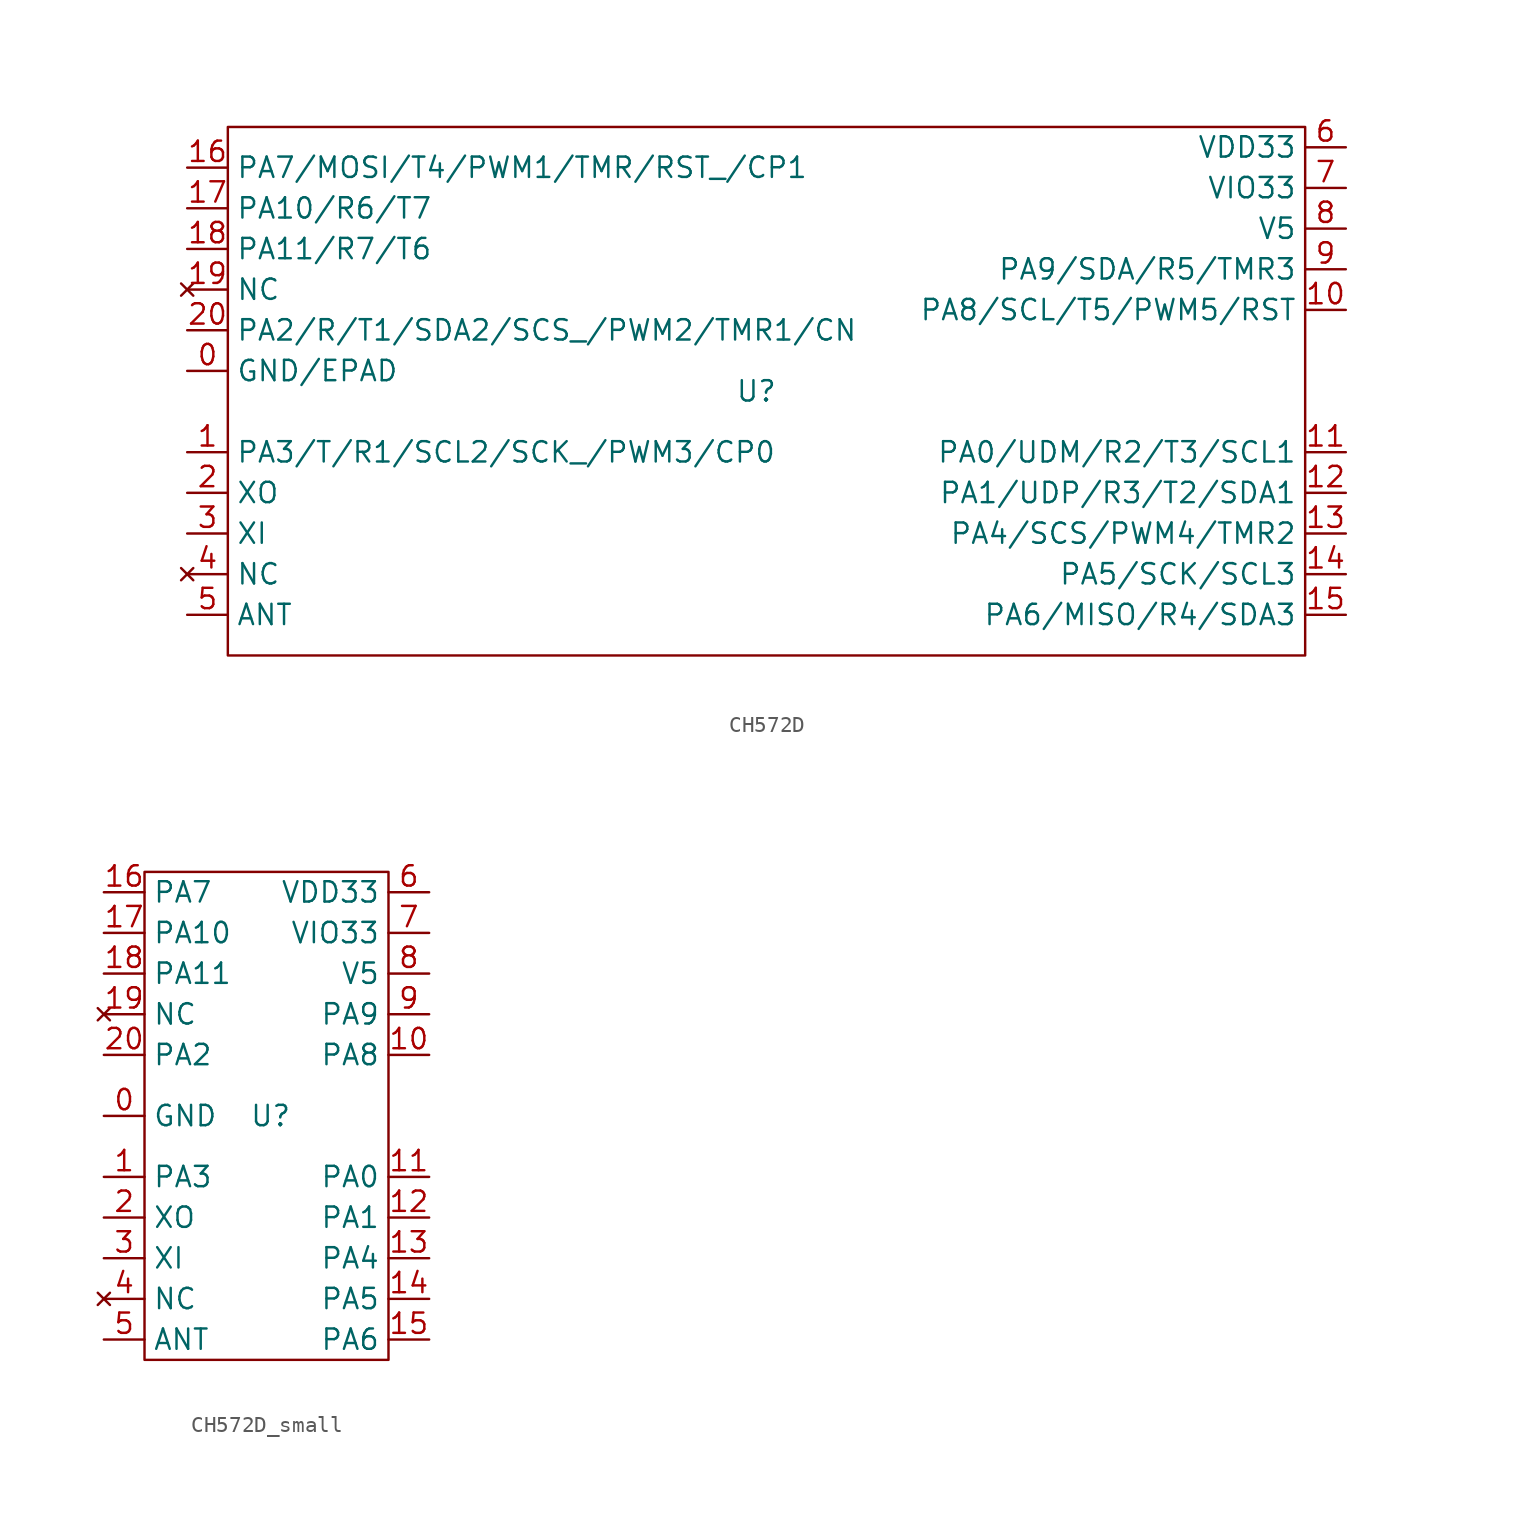
<source format=kicad_sym>
(kicad_symbol_lib
  (version 20241209)
  (generator "kicad_symbol_editor")
  (generator_version "9.0")
  (symbol "CH572D"
    (property "Reference" "U"
      (at 0 0 0)
      (effects (font (size 1.27 1.27))))
    (property "Value" ""
      (at 0 0 0)
      (effects (font (size 1.27 1.27))))
    (symbol "CH572D_0_1"
      (rectangle (start -33.02 16.51) (end 34.29 -16.51) (stroke (width 0) (type default)) (fill (type none))))
    (symbol "CH572D_1_1"
      (pin bidirectional line (at -35.56 13.97 0) (length 2.54) (name "PA7/MOSI/T4/PWM1/TMR/RST_/CP1" (effects (font (size 1.27 1.27)))) (number "16" (effects (font (size 1.27 1.27)))))
      (pin bidirectional line (at -35.56 11.43 0) (length 2.54) (name "PA10/R6/T7" (effects (font (size 1.27 1.27)))) (number "17" (effects (font (size 1.27 1.27)))))
      (pin bidirectional line (at -35.56 8.89 0) (length 2.54) (name "PA11/R7/T6" (effects (font (size 1.27 1.27)))) (number "18" (effects (font (size 1.27 1.27)))))
      (pin no_connect line (at -35.56 6.35 0) (length 2.54) (name "NC" (effects (font (size 1.27 1.27)))) (number "19" (effects (font (size 1.27 1.27)))))
      (pin bidirectional line (at -35.56 3.81 0) (length 2.54) (name "PA2/R/T1/SDA2/SCS_/PWM2/TMR1/CN" (effects (font (size 1.27 1.27)))) (number "20" (effects (font (size 1.27 1.27)))))
      (pin power_in line (at -35.56 1.27 0) (length 2.54) (name "GND/EPAD" (effects (font (size 1.27 1.27)))) (number "0" (effects (font (size 1.27 1.27)))))
      (pin bidirectional line (at -35.56 -3.81 0) (length 2.54) (name "PA3/T/R1/SCL2/SCK_/PWM3/CP0" (effects (font (size 1.27 1.27)))) (number "1" (effects (font (size 1.27 1.27)))))
      (pin input line (at -35.56 -6.35 0) (length 2.54) (name "XO" (effects (font (size 1.27 1.27)))) (number "2" (effects (font (size 1.27 1.27)))))
      (pin input line (at -35.56 -8.89 0) (length 2.54) (name "XI" (effects (font (size 1.27 1.27)))) (number "3" (effects (font (size 1.27 1.27)))))
      (pin no_connect line (at -35.56 -11.43 0) (length 2.54) (name "NC" (effects (font (size 1.27 1.27)))) (number "4" (effects (font (size 1.27 1.27)))))
      (pin bidirectional line (at -35.56 -13.97 0) (length 2.54) (name "ANT" (effects (font (size 1.27 1.27)))) (number "5" (effects (font (size 1.27 1.27)))))
      (pin power_in line (at 36.83 15.24 180) (length 2.54) (name "VDD33" (effects (font (size 1.27 1.27)))) (number "6" (effects (font (size 1.27 1.27)))))
      (pin power_in line (at 36.83 12.7 180) (length 2.54) (name "VIO33" (effects (font (size 1.27 1.27)))) (number "7" (effects (font (size 1.27 1.27)))))
      (pin power_in line (at 36.83 10.16 180) (length 2.54) (name "V5" (effects (font (size 1.27 1.27)))) (number "8" (effects (font (size 1.27 1.27)))))
      (pin bidirectional line (at 36.83 7.62 180) (length 2.54) (name "PA9/SDA/R5/TMR3" (effects (font (size 1.27 1.27)))) (number "9" (effects (font (size 1.27 1.27)))))
      (pin bidirectional line (at 36.83 5.08 180) (length 2.54) (name "PA8/SCL/T5/PWM5/RST" (effects (font (size 1.27 1.27)))) (number "10" (effects (font (size 1.27 1.27)))))
      (pin bidirectional line (at 36.83 -3.81 180) (length 2.54) (name "PA0/UDM/R2/T3/SCL1" (effects (font (size 1.27 1.27)))) (number "11" (effects (font (size 1.27 1.27)))))
      (pin bidirectional line (at 36.83 -6.35 180) (length 2.54) (name "PA1/UDP/R3/T2/SDA1" (effects (font (size 1.27 1.27)))) (number "12" (effects (font (size 1.27 1.27)))))
      (pin bidirectional line (at 36.83 -8.89 180) (length 2.54) (name "PA4/SCS/PWM4/TMR2" (effects (font (size 1.27 1.27)))) (number "13" (effects (font (size 1.27 1.27)))))
      (pin bidirectional line (at 36.83 -11.43 180) (length 2.54) (name "PA5/SCK/SCL3" (effects (font (size 1.27 1.27)))) (number "14" (effects (font (size 1.27 1.27)))))
      (pin bidirectional line (at 36.83 -13.97 180) (length 2.54) (name "PA6/MISO/R4/SDA3" (effects (font (size 1.27 1.27)))) (number "15" (effects (font (size 1.27 1.27)))))))
  (symbol "CH572D_small"
    (property "Reference" "U"
      (at 0.254 0 0)
      (effects (font (size 1.27 1.27))))
    (property "Value" ""
      (at 0 0 0)
      (effects (font (size 1.27 1.27))))
    (symbol "CH572D_small_0_1"
      (rectangle (start -7.62 15.24) (end 7.62 -15.24) (stroke (width 0) (type default)) (fill (type none))))
    (symbol "CH572D_small_1_1"
      (pin bidirectional line (at -10.16 13.97 0) (length 2.54) (name "PA7" (effects (font (size 1.27 1.27)))) (number "16" (effects (font (size 1.27 1.27)))))
      (pin bidirectional line (at -10.16 11.43 0) (length 2.54) (name "PA10" (effects (font (size 1.27 1.27)))) (number "17" (effects (font (size 1.27 1.27)))))
      (pin bidirectional line (at -10.16 8.89 0) (length 2.54) (name "PA11" (effects (font (size 1.27 1.27)))) (number "18" (effects (font (size 1.27 1.27)))))
      (pin no_connect line (at -10.16 6.35 0) (length 2.54) (name "NC" (effects (font (size 1.27 1.27)))) (number "19" (effects (font (size 1.27 1.27)))))
      (pin bidirectional line (at -10.16 3.81 0) (length 2.54) (name "PA2" (effects (font (size 1.27 1.27)))) (number "20" (effects (font (size 1.27 1.27)))))
      (pin power_in line (at -10.16 0 0) (length 2.54) (name "GND" (effects (font (size 1.27 1.27)))) (number "0" (effects (font (size 1.27 1.27)))))
      (pin bidirectional line (at -10.16 -3.81 0) (length 2.54) (name "PA3" (effects (font (size 1.27 1.27)))) (number "1" (effects (font (size 1.27 1.27)))))
      (pin input line (at -10.16 -6.35 0) (length 2.54) (name "XO" (effects (font (size 1.27 1.27)))) (number "2" (effects (font (size 1.27 1.27)))))
      (pin input line (at -10.16 -8.89 0) (length 2.54) (name "XI" (effects (font (size 1.27 1.27)))) (number "3" (effects (font (size 1.27 1.27)))))
      (pin no_connect line (at -10.16 -11.43 0) (length 2.54) (name "NC" (effects (font (size 1.27 1.27)))) (number "4" (effects (font (size 1.27 1.27)))))
      (pin bidirectional line (at -10.16 -13.97 0) (length 2.54) (name "ANT" (effects (font (size 1.27 1.27)))) (number "5" (effects (font (size 1.27 1.27)))))
      (pin power_in line (at 10.16 13.97 180) (length 2.54) (name "VDD33" (effects (font (size 1.27 1.27)))) (number "6" (effects (font (size 1.27 1.27)))))
      (pin power_in line (at 10.16 11.43 180) (length 2.54) (name "VIO33" (effects (font (size 1.27 1.27)))) (number "7" (effects (font (size 1.27 1.27)))))
      (pin power_in line (at 10.16 8.89 180) (length 2.54) (name "V5" (effects (font (size 1.27 1.27)))) (number "8" (effects (font (size 1.27 1.27)))))
      (pin bidirectional line (at 10.16 6.35 180) (length 2.54) (name "PA9" (effects (font (size 1.27 1.27)))) (number "9" (effects (font (size 1.27 1.27)))))
      (pin bidirectional line (at 10.16 3.81 180) (length 2.54) (name "PA8" (effects (font (size 1.27 1.27)))) (number "10" (effects (font (size 1.27 1.27)))))
      (pin bidirectional line (at 10.16 -3.81 180) (length 2.54) (name "PA0" (effects (font (size 1.27 1.27)))) (number "11" (effects (font (size 1.27 1.27)))))
      (pin bidirectional line (at 10.16 -6.35 180) (length 2.54) (name "PA1" (effects (font (size 1.27 1.27)))) (number "12" (effects (font (size 1.27 1.27)))))
      (pin bidirectional line (at 10.16 -8.89 180) (length 2.54) (name "PA4" (effects (font (size 1.27 1.27)))) (number "13" (effects (font (size 1.27 1.27)))))
      (pin bidirectional line (at 10.16 -11.43 180) (length 2.54) (name "PA5" (effects (font (size 1.27 1.27)))) (number "14" (effects (font (size 1.27 1.27)))))
      (pin bidirectional line (at 10.16 -13.97 180) (length 2.54) (name "PA6" (effects (font (size 1.27 1.27)))) (number "15" (effects (font (size 1.27 1.27))))))))
</source>
